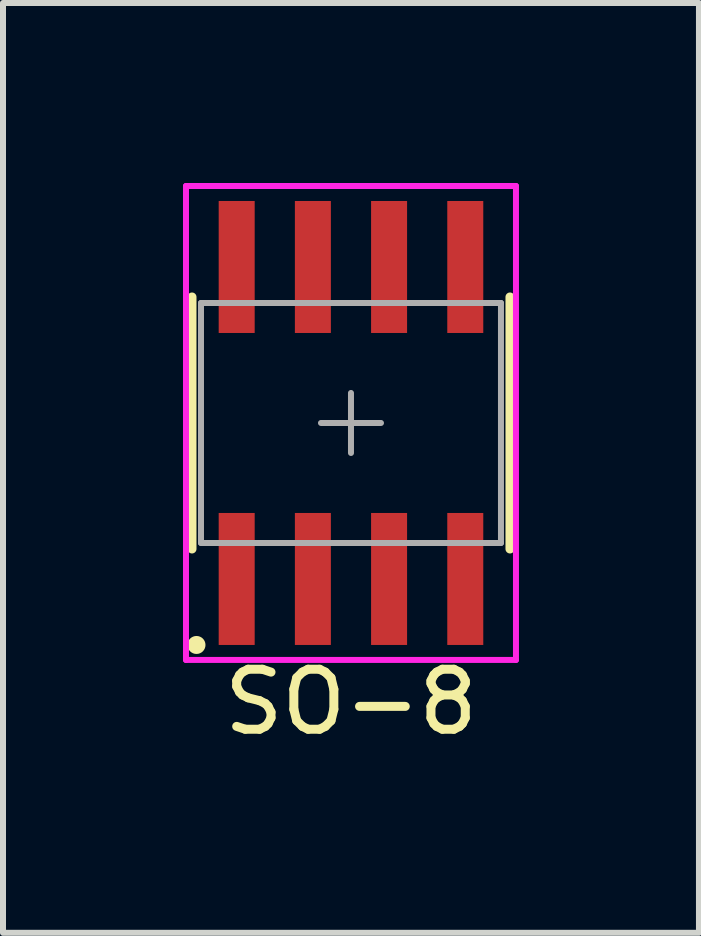
<source format=kicad_pcb>
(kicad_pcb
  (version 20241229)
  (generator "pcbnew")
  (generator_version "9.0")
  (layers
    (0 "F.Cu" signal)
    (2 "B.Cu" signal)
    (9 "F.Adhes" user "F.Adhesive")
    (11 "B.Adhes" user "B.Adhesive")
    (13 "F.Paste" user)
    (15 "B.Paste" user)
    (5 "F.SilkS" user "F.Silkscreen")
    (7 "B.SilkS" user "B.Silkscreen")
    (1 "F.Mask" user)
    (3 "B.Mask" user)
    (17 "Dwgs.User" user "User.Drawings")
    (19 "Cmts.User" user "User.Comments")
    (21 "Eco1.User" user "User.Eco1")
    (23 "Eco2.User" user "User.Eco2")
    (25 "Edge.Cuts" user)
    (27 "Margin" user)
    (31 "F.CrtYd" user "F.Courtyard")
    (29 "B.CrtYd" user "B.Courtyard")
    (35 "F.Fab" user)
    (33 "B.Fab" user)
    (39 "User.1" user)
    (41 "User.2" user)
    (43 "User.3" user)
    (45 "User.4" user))
  (footprint "SO-8"
    (layer "F.Cu")
    (at 2.8 4)
    (property "Reference" "SO-8" (at 0 4.65 0) (layer "F.SilkS") (effects (font (size 1 1) (thickness 0.15))))
    (attr through_hole)
    (fp_line (start -2.65 -2.1) (end -2.65 2.1) (stroke (width 0.15) (type solid)) (layer "F.SilkS"))
    (fp_line (start 2.65 -2.1) (end 2.65 2.1) (stroke (width 0.15) (type solid)) (layer "F.SilkS"))
    (fp_circle (center -2.575 3.7) (end -2.575 3.625) (stroke (width 0.15) (type solid)) (fill no) (layer "F.SilkS"))
    (fp_line (start -2.75 -3.95) (end 2.75 -3.95) (stroke (width 0.1) (type solid)) (layer "F.CrtYd"))
    (fp_line (start -2.75 3.95) (end -2.75 -3.95) (stroke (width 0.1) (type solid)) (layer "F.CrtYd"))
    (fp_line (start 2.75 -3.95) (end 2.75 3.95) (stroke (width 0.1) (type solid)) (layer "F.CrtYd"))
    (fp_line (start 2.75 3.95) (end -2.75 3.95) (stroke (width 0.1) (type solid)) (layer "F.CrtYd"))
    (fp_line (start -2.5 -2) (end 2.5 -2) (stroke (width 0.1) (type solid)) (layer "F.Fab"))
    (fp_line (start -2.5 2) (end -2.5 -2) (stroke (width 0.1) (type solid)) (layer "F.Fab"))
    (fp_line (start 0 -0.5) (end 0 0.5) (stroke (width 0.1) (type solid)) (layer "F.Fab"))
    (fp_line (start 0.5 0) (end -0.5 0) (stroke (width 0.1) (type solid)) (layer "F.Fab"))
    (fp_line (start 2.5 -2) (end 2.5 2) (stroke (width 0.1) (type solid)) (layer "F.Fab"))
    (fp_line (start 2.5 2) (end -2.5 2) (stroke (width 0.1) (type solid)) (layer "F.Fab"))
    (pad "1" smd rect (at -1.905 2.6) (size 0.6 2.2) (layers "F.Cu" "F.Mask" "F.Paste"))
    (pad "2" smd rect (at -0.635 2.6) (size 0.6 2.2) (layers "F.Cu" "F.Mask" "F.Paste"))
    (pad "3" smd rect (at 0.635 2.6) (size 0.6 2.2) (layers "F.Cu" "F.Mask" "F.Paste"))
    (pad "4" smd rect (at 1.905 2.6) (size 0.6 2.2) (layers "F.Cu" "F.Mask" "F.Paste"))
    (pad "5" smd rect (at 1.905 -2.6) (size 0.6 2.2) (layers "F.Cu" "F.Mask" "F.Paste"))
    (pad "6" smd rect (at 0.635 -2.6) (size 0.6 2.2) (layers "F.Cu" "F.Mask" "F.Paste"))
    (pad "7" smd rect (at -0.635 -2.6) (size 0.6 2.2) (layers "F.Cu" "F.Mask" "F.Paste"))
    (pad "8" smd rect (at -1.905 -2.6) (size 0.6 2.2) (layers "F.Cu" "F.Mask" "F.Paste")))
  (gr_rect
    (start -3 -3)
    (end 8.6 12.498)
    (stroke (width 0.1) (type default))
    (fill no)
    (layer "Edge.Cuts")))
</source>
